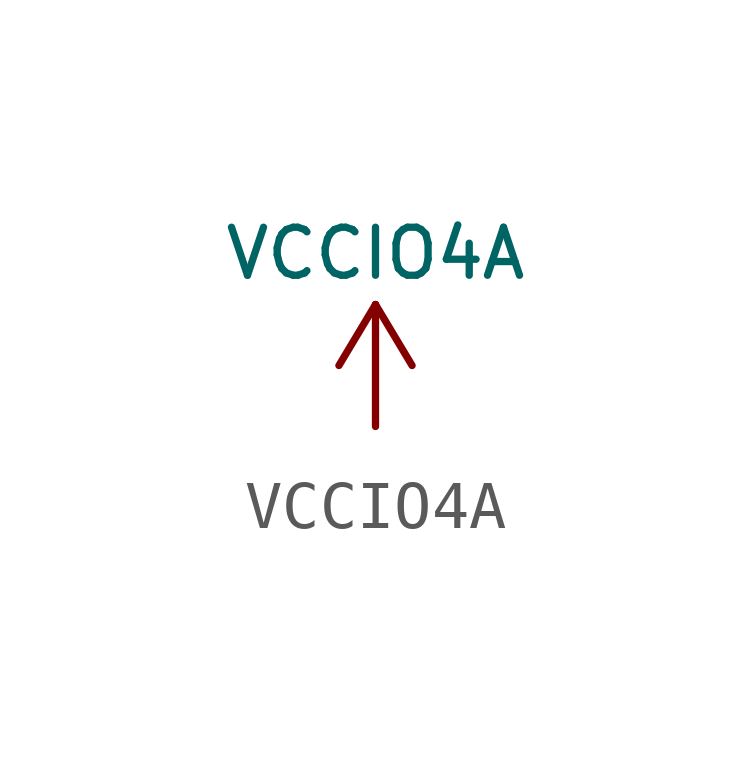
<source format=kicad_sym>
(kicad_symbol_lib
  (version 20241209)
  (generator "kicad_symbol_editor")
  (generator_version "9.0")
  (symbol "VCCIO4A"
    (power)
    (pin_names
      (offset 0))
    (property "Reference" "#PWR?"
      (at 0 -3.81 0)
      (effects (font (size 1.27 1.27)) (hide yes)))
    (property "Value" "VCCIO4A"
      (at 0 3.605 0)
      (effects (font (size 1 1))))
    (symbol "VCCIO4A_0_1"
      (polyline (pts (xy -0.762 1.27) (xy 0 2.54)) (stroke (width 0) (type default)) (fill (type none)))
      (polyline (pts (xy 0 2.54) (xy 0.762 1.27)) (stroke (width 0) (type default)) (fill (type none)))
      (polyline (pts (xy 0 0) (xy 0 2.54)) (stroke (width 0) (type default)) (fill (type none))))
    (symbol "VCCIO4A_1_1"
      (pin power_in line (at 0 0 90) (length 0) (hide yes) (name "VCCIO4A" (effects (font (size 1.27 1.27)))) (number "1" (effects (font (size 1.27 1.27))))))))
</source>
